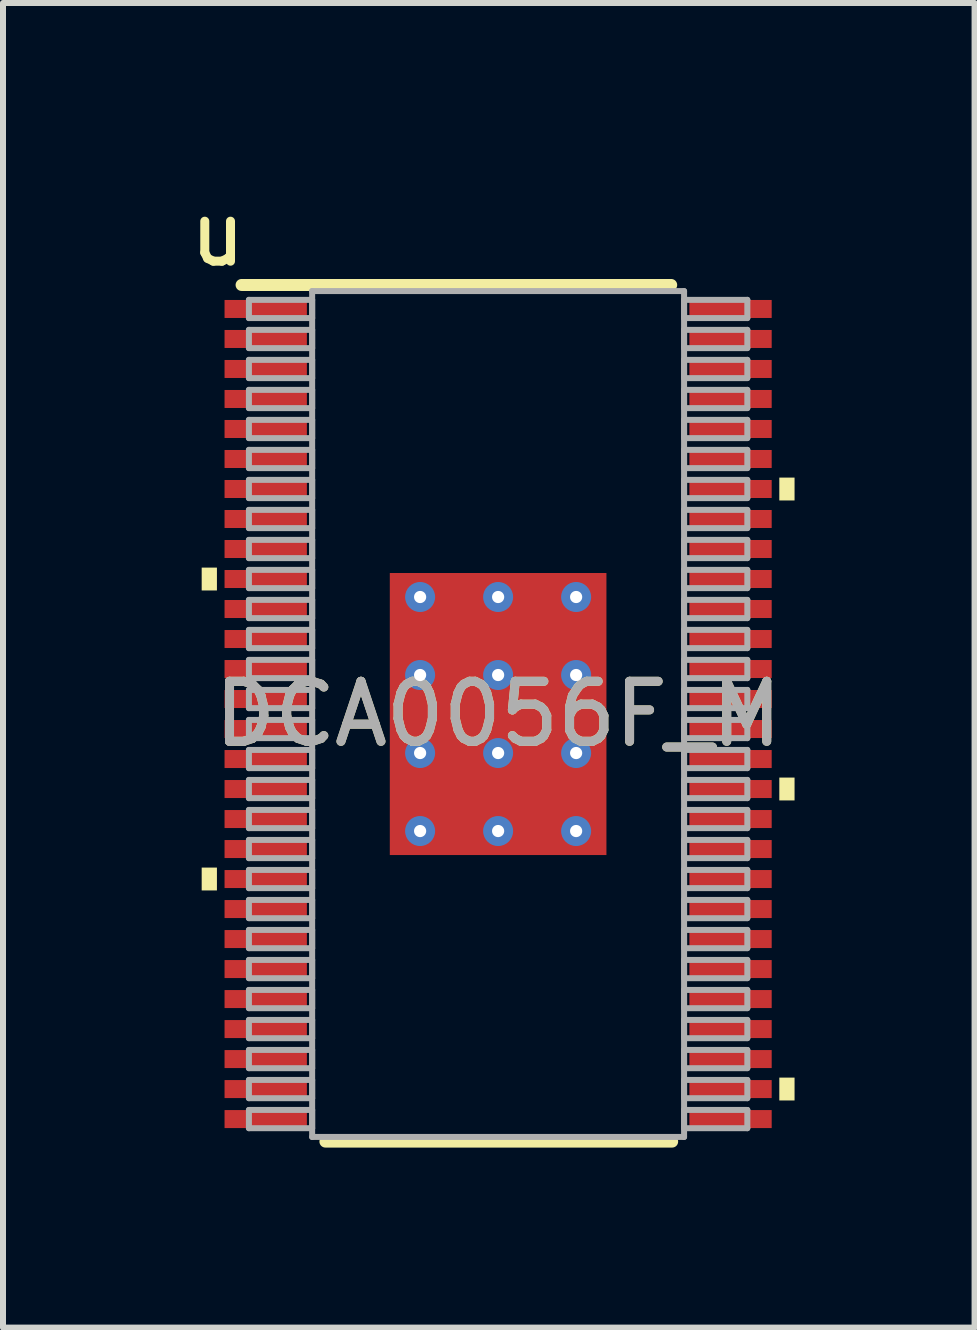
<source format=kicad_pcb>
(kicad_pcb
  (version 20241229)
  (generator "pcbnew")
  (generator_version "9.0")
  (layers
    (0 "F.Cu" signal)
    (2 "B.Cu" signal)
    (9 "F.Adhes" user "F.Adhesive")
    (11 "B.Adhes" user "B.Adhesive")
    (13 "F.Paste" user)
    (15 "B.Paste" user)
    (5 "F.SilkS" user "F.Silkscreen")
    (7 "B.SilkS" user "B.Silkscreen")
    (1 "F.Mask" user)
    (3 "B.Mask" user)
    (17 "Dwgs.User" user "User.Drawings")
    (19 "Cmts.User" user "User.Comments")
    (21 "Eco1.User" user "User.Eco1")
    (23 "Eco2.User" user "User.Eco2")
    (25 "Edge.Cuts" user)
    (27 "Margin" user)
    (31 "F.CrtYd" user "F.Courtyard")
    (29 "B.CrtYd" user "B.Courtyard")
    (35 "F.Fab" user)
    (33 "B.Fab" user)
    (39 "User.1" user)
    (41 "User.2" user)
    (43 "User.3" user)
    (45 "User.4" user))
  (footprint "DCA0056F_M"
    (layer "F.Cu")
    (at 5.251 8.849)
    (property "Reference" "DCA0056F_M" (at 0 0 0) (unlocked yes) (layer "F.SilkS") (effects (font (size 1 1) (thickness 0.15))))
    (attr smd)
    (fp_line (start -4.275 -7.15) (end -2.884 -7.15) (stroke (width 0.2) (type solid)) (layer "F.SilkS"))
    (fp_line (start -2.884 -7.15) (end -0.3 -7.15) (stroke (width 0.2) (type solid)) (layer "F.SilkS"))
    (fp_line (start -2.878 7.125) (end 2.9 7.125) (stroke (width 0.2) (type solid)) (layer "F.SilkS"))
    (fp_line (start -0.3 -7.15) (end 0.3 -7.15) (stroke (width 0.2) (type solid)) (layer "F.SilkS"))
    (fp_line (start 0.3 -7.15) (end 2.884 -7.15) (stroke (width 0.2) (type solid)) (layer "F.SilkS"))
    (fp_poly (pts (xy -4.686 -2.44) (xy -4.94 -2.44) (xy -4.94 -2.059) (xy -4.686 -2.059)) (stroke (width 0) (type solid)) (fill yes) (layer "F.SilkS"))
    (fp_poly (pts (xy -4.686 2.559) (xy -4.94 2.559) (xy -4.94 2.94) (xy -4.686 2.94)) (stroke (width 0) (type solid)) (fill yes) (layer "F.SilkS"))
    (fp_poly (pts (xy 4.686 -3.94) (xy 4.94 -3.94) (xy 4.94 -3.559) (xy 4.686 -3.559)) (stroke (width 0) (type solid)) (fill yes) (layer "F.SilkS"))
    (fp_poly (pts (xy 4.686 1.059) (xy 4.94 1.059) (xy 4.94 1.44) (xy 4.686 1.44)) (stroke (width 0) (type solid)) (fill yes) (layer "F.SilkS"))
    (fp_poly (pts (xy 4.686 6.059) (xy 4.94 6.059) (xy 4.94 6.44) (xy 4.686 6.44)) (stroke (width 0) (type solid)) (fill yes) (layer "F.SilkS"))
    (fp_line (start -4.153 -6.902) (end -3.099 -6.902) (stroke (width 0.1) (type solid)) (layer "F.Fab"))
    (fp_line (start -4.153 -6.598) (end -4.153 -6.902) (stroke (width 0.1) (type solid)) (layer "F.Fab"))
    (fp_line (start -4.153 -6.598) (end -3.099 -6.598) (stroke (width 0.1) (type solid)) (layer "F.Fab"))
    (fp_line (start -4.153 -6.402) (end -3.099 -6.402) (stroke (width 0.1) (type solid)) (layer "F.Fab"))
    (fp_line (start -4.153 -6.098) (end -4.153 -6.402) (stroke (width 0.1) (type solid)) (layer "F.Fab"))
    (fp_line (start -4.153 -6.098) (end -3.099 -6.098) (stroke (width 0.1) (type solid)) (layer "F.Fab"))
    (fp_line (start -4.153 -5.902) (end -3.099 -5.902) (stroke (width 0.1) (type solid)) (layer "F.Fab"))
    (fp_line (start -4.153 -5.598) (end -4.153 -5.902) (stroke (width 0.1) (type solid)) (layer "F.Fab"))
    (fp_line (start -4.153 -5.598) (end -3.099 -5.598) (stroke (width 0.1) (type solid)) (layer "F.Fab"))
    (fp_line (start -4.153 -5.402) (end -3.099 -5.402) (stroke (width 0.1) (type solid)) (layer "F.Fab"))
    (fp_line (start -4.153 -5.098) (end -4.153 -5.402) (stroke (width 0.1) (type solid)) (layer "F.Fab"))
    (fp_line (start -4.153 -5.098) (end -3.099 -5.098) (stroke (width 0.1) (type solid)) (layer "F.Fab"))
    (fp_line (start -4.153 -4.902) (end -3.099 -4.902) (stroke (width 0.1) (type solid)) (layer "F.Fab"))
    (fp_line (start -4.153 -4.598) (end -4.153 -4.902) (stroke (width 0.1) (type solid)) (layer "F.Fab"))
    (fp_line (start -4.153 -4.598) (end -3.099 -4.598) (stroke (width 0.1) (type solid)) (layer "F.Fab"))
    (fp_line (start -4.153 -4.402) (end -3.099 -4.402) (stroke (width 0.1) (type solid)) (layer "F.Fab"))
    (fp_line (start -4.153 -4.098) (end -4.153 -4.402) (stroke (width 0.1) (type solid)) (layer "F.Fab"))
    (fp_line (start -4.153 -4.098) (end -3.099 -4.098) (stroke (width 0.1) (type solid)) (layer "F.Fab"))
    (fp_line (start -4.153 -3.902) (end -3.099 -3.902) (stroke (width 0.1) (type solid)) (layer "F.Fab"))
    (fp_line (start -4.153 -3.598) (end -4.153 -3.902) (stroke (width 0.1) (type solid)) (layer "F.Fab"))
    (fp_line (start -4.153 -3.598) (end -3.099 -3.598) (stroke (width 0.1) (type solid)) (layer "F.Fab"))
    (fp_line (start -4.153 -3.402) (end -3.099 -3.402) (stroke (width 0.1) (type solid)) (layer "F.Fab"))
    (fp_line (start -4.153 -3.098) (end -4.153 -3.402) (stroke (width 0.1) (type solid)) (layer "F.Fab"))
    (fp_line (start -4.153 -3.098) (end -3.099 -3.098) (stroke (width 0.1) (type solid)) (layer "F.Fab"))
    (fp_line (start -4.153 -2.902) (end -3.099 -2.902) (stroke (width 0.1) (type solid)) (layer "F.Fab"))
    (fp_line (start -4.153 -2.598) (end -4.153 -2.902) (stroke (width 0.1) (type solid)) (layer "F.Fab"))
    (fp_line (start -4.153 -2.598) (end -3.099 -2.598) (stroke (width 0.1) (type solid)) (layer "F.Fab"))
    (fp_line (start -4.153 -2.402) (end -3.099 -2.402) (stroke (width 0.1) (type solid)) (layer "F.Fab"))
    (fp_line (start -4.153 -2.098) (end -4.153 -2.402) (stroke (width 0.1) (type solid)) (layer "F.Fab"))
    (fp_line (start -4.153 -2.098) (end -3.099 -2.098) (stroke (width 0.1) (type solid)) (layer "F.Fab"))
    (fp_line (start -4.153 -1.902) (end -3.099 -1.902) (stroke (width 0.1) (type solid)) (layer "F.Fab"))
    (fp_line (start -4.153 -1.598) (end -4.153 -1.902) (stroke (width 0.1) (type solid)) (layer "F.Fab"))
    (fp_line (start -4.153 -1.598) (end -3.099 -1.598) (stroke (width 0.1) (type solid)) (layer "F.Fab"))
    (fp_line (start -4.153 -1.402) (end -3.099 -1.402) (stroke (width 0.1) (type solid)) (layer "F.Fab"))
    (fp_line (start -4.153 -1.098) (end -4.153 -1.402) (stroke (width 0.1) (type solid)) (layer "F.Fab"))
    (fp_line (start -4.153 -1.098) (end -3.099 -1.098) (stroke (width 0.1) (type solid)) (layer "F.Fab"))
    (fp_line (start -4.153 -0.902) (end -3.099 -0.902) (stroke (width 0.1) (type solid)) (layer "F.Fab"))
    (fp_line (start -4.153 -0.598) (end -4.153 -0.902) (stroke (width 0.1) (type solid)) (layer "F.Fab"))
    (fp_line (start -4.153 -0.598) (end -3.099 -0.598) (stroke (width 0.1) (type solid)) (layer "F.Fab"))
    (fp_line (start -4.153 -0.402) (end -3.099 -0.402) (stroke (width 0.1) (type solid)) (layer "F.Fab"))
    (fp_line (start -4.153 -0.098) (end -4.153 -0.402) (stroke (width 0.1) (type solid)) (layer "F.Fab"))
    (fp_line (start -4.153 -0.098) (end -3.099 -0.098) (stroke (width 0.1) (type solid)) (layer "F.Fab"))
    (fp_line (start -4.153 0.098) (end -3.099 0.098) (stroke (width 0.1) (type solid)) (layer "F.Fab"))
    (fp_line (start -4.153 0.402) (end -4.153 0.098) (stroke (width 0.1) (type solid)) (layer "F.Fab"))
    (fp_line (start -4.153 0.402) (end -3.099 0.402) (stroke (width 0.1) (type solid)) (layer "F.Fab"))
    (fp_line (start -4.153 0.598) (end -3.099 0.598) (stroke (width 0.1) (type solid)) (layer "F.Fab"))
    (fp_line (start -4.153 0.902) (end -4.153 0.598) (stroke (width 0.1) (type solid)) (layer "F.Fab"))
    (fp_line (start -4.153 0.902) (end -3.099 0.902) (stroke (width 0.1) (type solid)) (layer "F.Fab"))
    (fp_line (start -4.153 1.098) (end -3.099 1.098) (stroke (width 0.1) (type solid)) (layer "F.Fab"))
    (fp_line (start -4.153 1.402) (end -4.153 1.098) (stroke (width 0.1) (type solid)) (layer "F.Fab"))
    (fp_line (start -4.153 1.402) (end -3.099 1.402) (stroke (width 0.1) (type solid)) (layer "F.Fab"))
    (fp_line (start -4.153 1.598) (end -3.099 1.598) (stroke (width 0.1) (type solid)) (layer "F.Fab"))
    (fp_line (start -4.153 1.902) (end -4.153 1.598) (stroke (width 0.1) (type solid)) (layer "F.Fab"))
    (fp_line (start -4.153 1.902) (end -3.099 1.902) (stroke (width 0.1) (type solid)) (layer "F.Fab"))
    (fp_line (start -4.153 2.098) (end -3.099 2.098) (stroke (width 0.1) (type solid)) (layer "F.Fab"))
    (fp_line (start -4.153 2.402) (end -4.153 2.098) (stroke (width 0.1) (type solid)) (layer "F.Fab"))
    (fp_line (start -4.153 2.402) (end -3.099 2.402) (stroke (width 0.1) (type solid)) (layer "F.Fab"))
    (fp_line (start -4.153 2.598) (end -3.099 2.598) (stroke (width 0.1) (type solid)) (layer "F.Fab"))
    (fp_line (start -4.153 2.902) (end -4.153 2.598) (stroke (width 0.1) (type solid)) (layer "F.Fab"))
    (fp_line (start -4.153 2.902) (end -3.099 2.902) (stroke (width 0.1) (type solid)) (layer "F.Fab"))
    (fp_line (start -4.153 3.098) (end -3.099 3.098) (stroke (width 0.1) (type solid)) (layer "F.Fab"))
    (fp_line (start -4.153 3.402) (end -4.153 3.098) (stroke (width 0.1) (type solid)) (layer "F.Fab"))
    (fp_line (start -4.153 3.402) (end -3.099 3.402) (stroke (width 0.1) (type solid)) (layer "F.Fab"))
    (fp_line (start -4.153 3.598) (end -3.099 3.598) (stroke (width 0.1) (type solid)) (layer "F.Fab"))
    (fp_line (start -4.153 3.902) (end -4.153 3.598) (stroke (width 0.1) (type solid)) (layer "F.Fab"))
    (fp_line (start -4.153 3.902) (end -3.099 3.902) (stroke (width 0.1) (type solid)) (layer "F.Fab"))
    (fp_line (start -4.153 4.098) (end -3.099 4.098) (stroke (width 0.1) (type solid)) (layer "F.Fab"))
    (fp_line (start -4.153 4.402) (end -4.153 4.098) (stroke (width 0.1) (type solid)) (layer "F.Fab"))
    (fp_line (start -4.153 4.402) (end -3.099 4.402) (stroke (width 0.1) (type solid)) (layer "F.Fab"))
    (fp_line (start -4.153 4.598) (end -3.099 4.598) (stroke (width 0.1) (type solid)) (layer "F.Fab"))
    (fp_line (start -4.153 4.902) (end -4.153 4.598) (stroke (width 0.1) (type solid)) (layer "F.Fab"))
    (fp_line (start -4.153 4.902) (end -3.099 4.902) (stroke (width 0.1) (type solid)) (layer "F.Fab"))
    (fp_line (start -4.153 5.098) (end -3.099 5.098) (stroke (width 0.1) (type solid)) (layer "F.Fab"))
    (fp_line (start -4.153 5.402) (end -4.153 5.098) (stroke (width 0.1) (type solid)) (layer "F.Fab"))
    (fp_line (start -4.153 5.402) (end -3.099 5.402) (stroke (width 0.1) (type solid)) (layer "F.Fab"))
    (fp_line (start -4.153 5.598) (end -3.099 5.598) (stroke (width 0.1) (type solid)) (layer "F.Fab"))
    (fp_line (start -4.153 5.902) (end -4.153 5.598) (stroke (width 0.1) (type solid)) (layer "F.Fab"))
    (fp_line (start -4.153 5.902) (end -3.099 5.902) (stroke (width 0.1) (type solid)) (layer "F.Fab"))
    (fp_line (start -4.153 6.098) (end -3.099 6.098) (stroke (width 0.1) (type solid)) (layer "F.Fab"))
    (fp_line (start -4.153 6.402) (end -4.153 6.098) (stroke (width 0.1) (type solid)) (layer "F.Fab"))
    (fp_line (start -4.153 6.402) (end -3.099 6.402) (stroke (width 0.1) (type solid)) (layer "F.Fab"))
    (fp_line (start -4.153 6.598) (end -3.099 6.598) (stroke (width 0.1) (type solid)) (layer "F.Fab"))
    (fp_line (start -4.153 6.902) (end -4.153 6.598) (stroke (width 0.1) (type solid)) (layer "F.Fab"))
    (fp_line (start -4.153 6.902) (end -3.099 6.902) (stroke (width 0.1) (type solid)) (layer "F.Fab"))
    (fp_line (start -3.099 -7.048) (end 3.099 -7.048) (stroke (width 0.1) (type solid)) (layer "F.Fab"))
    (fp_line (start -3.099 -6.598) (end -3.099 -6.902) (stroke (width 0.1) (type solid)) (layer "F.Fab"))
    (fp_line (start -3.099 -6.098) (end -3.099 -6.402) (stroke (width 0.1) (type solid)) (layer "F.Fab"))
    (fp_line (start -3.099 -5.598) (end -3.099 -5.902) (stroke (width 0.1) (type solid)) (layer "F.Fab"))
    (fp_line (start -3.099 -5.098) (end -3.099 -5.402) (stroke (width 0.1) (type solid)) (layer "F.Fab"))
    (fp_line (start -3.099 -4.598) (end -3.099 -4.902) (stroke (width 0.1) (type solid)) (layer "F.Fab"))
    (fp_line (start -3.099 -4.098) (end -3.099 -4.402) (stroke (width 0.1) (type solid)) (layer "F.Fab"))
    (fp_line (start -3.099 -3.598) (end -3.099 -3.902) (stroke (width 0.1) (type solid)) (layer "F.Fab"))
    (fp_line (start -3.099 -3.098) (end -3.099 -3.402) (stroke (width 0.1) (type solid)) (layer "F.Fab"))
    (fp_line (start -3.099 -2.598) (end -3.099 -2.902) (stroke (width 0.1) (type solid)) (layer "F.Fab"))
    (fp_line (start -3.099 -2.098) (end -3.099 -2.402) (stroke (width 0.1) (type solid)) (layer "F.Fab"))
    (fp_line (start -3.099 -1.598) (end -3.099 -1.902) (stroke (width 0.1) (type solid)) (layer "F.Fab"))
    (fp_line (start -3.099 -1.098) (end -3.099 -1.402) (stroke (width 0.1) (type solid)) (layer "F.Fab"))
    (fp_line (start -3.099 -0.598) (end -3.099 -0.902) (stroke (width 0.1) (type solid)) (layer "F.Fab"))
    (fp_line (start -3.099 -0.098) (end -3.099 -0.402) (stroke (width 0.1) (type solid)) (layer "F.Fab"))
    (fp_line (start -3.099 0.402) (end -3.099 0.098) (stroke (width 0.1) (type solid)) (layer "F.Fab"))
    (fp_line (start -3.099 0.902) (end -3.099 0.598) (stroke (width 0.1) (type solid)) (layer "F.Fab"))
    (fp_line (start -3.099 1.402) (end -3.099 1.098) (stroke (width 0.1) (type solid)) (layer "F.Fab"))
    (fp_line (start -3.099 1.902) (end -3.099 1.598) (stroke (width 0.1) (type solid)) (layer "F.Fab"))
    (fp_line (start -3.099 2.402) (end -3.099 2.098) (stroke (width 0.1) (type solid)) (layer "F.Fab"))
    (fp_line (start -3.099 2.902) (end -3.099 2.598) (stroke (width 0.1) (type solid)) (layer "F.Fab"))
    (fp_line (start -3.099 3.402) (end -3.099 3.098) (stroke (width 0.1) (type solid)) (layer "F.Fab"))
    (fp_line (start -3.099 3.902) (end -3.099 3.598) (stroke (width 0.1) (type solid)) (layer "F.Fab"))
    (fp_line (start -3.099 4.402) (end -3.099 4.098) (stroke (width 0.1) (type solid)) (layer "F.Fab"))
    (fp_line (start -3.099 4.902) (end -3.099 4.598) (stroke (width 0.1) (type solid)) (layer "F.Fab"))
    (fp_line (start -3.099 5.402) (end -3.099 5.098) (stroke (width 0.1) (type solid)) (layer "F.Fab"))
    (fp_line (start -3.099 5.902) (end -3.099 5.598) (stroke (width 0.1) (type solid)) (layer "F.Fab"))
    (fp_line (start -3.099 6.402) (end -3.099 6.098) (stroke (width 0.1) (type solid)) (layer "F.Fab"))
    (fp_line (start -3.099 6.902) (end -3.099 6.598) (stroke (width 0.1) (type solid)) (layer "F.Fab"))
    (fp_line (start -3.099 7.048) (end -3.099 -7.048) (stroke (width 0.1) (type solid)) (layer "F.Fab"))
    (fp_line (start -3.099 7.048) (end 3.099 7.048) (stroke (width 0.1) (type solid)) (layer "F.Fab"))
    (fp_line (start 3.099 -6.902) (end 4.153 -6.902) (stroke (width 0.1) (type solid)) (layer "F.Fab"))
    (fp_line (start 3.099 -6.598) (end 3.099 -6.902) (stroke (width 0.1) (type solid)) (layer "F.Fab"))
    (fp_line (start 3.099 -6.598) (end 4.153 -6.598) (stroke (width 0.1) (type solid)) (layer "F.Fab"))
    (fp_line (start 3.099 -6.402) (end 4.153 -6.402) (stroke (width 0.1) (type solid)) (layer "F.Fab"))
    (fp_line (start 3.099 -6.098) (end 3.099 -6.402) (stroke (width 0.1) (type solid)) (layer "F.Fab"))
    (fp_line (start 3.099 -6.098) (end 4.153 -6.098) (stroke (width 0.1) (type solid)) (layer "F.Fab"))
    (fp_line (start 3.099 -5.902) (end 4.153 -5.902) (stroke (width 0.1) (type solid)) (layer "F.Fab"))
    (fp_line (start 3.099 -5.598) (end 3.099 -5.902) (stroke (width 0.1) (type solid)) (layer "F.Fab"))
    (fp_line (start 3.099 -5.598) (end 4.153 -5.598) (stroke (width 0.1) (type solid)) (layer "F.Fab"))
    (fp_line (start 3.099 -5.402) (end 4.153 -5.402) (stroke (width 0.1) (type solid)) (layer "F.Fab"))
    (fp_line (start 3.099 -5.098) (end 3.099 -5.402) (stroke (width 0.1) (type solid)) (layer "F.Fab"))
    (fp_line (start 3.099 -5.098) (end 4.153 -5.098) (stroke (width 0.1) (type solid)) (layer "F.Fab"))
    (fp_line (start 3.099 -4.902) (end 4.153 -4.902) (stroke (width 0.1) (type solid)) (layer "F.Fab"))
    (fp_line (start 3.099 -4.598) (end 3.099 -4.902) (stroke (width 0.1) (type solid)) (layer "F.Fab"))
    (fp_line (start 3.099 -4.598) (end 4.153 -4.598) (stroke (width 0.1) (type solid)) (layer "F.Fab"))
    (fp_line (start 3.099 -4.402) (end 4.153 -4.402) (stroke (width 0.1) (type solid)) (layer "F.Fab"))
    (fp_line (start 3.099 -4.098) (end 3.099 -4.402) (stroke (width 0.1) (type solid)) (layer "F.Fab"))
    (fp_line (start 3.099 -4.098) (end 4.153 -4.098) (stroke (width 0.1) (type solid)) (layer "F.Fab"))
    (fp_line (start 3.099 -3.902) (end 4.153 -3.902) (stroke (width 0.1) (type solid)) (layer "F.Fab"))
    (fp_line (start 3.099 -3.598) (end 3.099 -3.902) (stroke (width 0.1) (type solid)) (layer "F.Fab"))
    (fp_line (start 3.099 -3.598) (end 4.153 -3.598) (stroke (width 0.1) (type solid)) (layer "F.Fab"))
    (fp_line (start 3.099 -3.402) (end 4.153 -3.402) (stroke (width 0.1) (type solid)) (layer "F.Fab"))
    (fp_line (start 3.099 -3.098) (end 3.099 -3.402) (stroke (width 0.1) (type solid)) (layer "F.Fab"))
    (fp_line (start 3.099 -3.098) (end 4.153 -3.098) (stroke (width 0.1) (type solid)) (layer "F.Fab"))
    (fp_line (start 3.099 -2.902) (end 4.153 -2.902) (stroke (width 0.1) (type solid)) (layer "F.Fab"))
    (fp_line (start 3.099 -2.598) (end 3.099 -2.902) (stroke (width 0.1) (type solid)) (layer "F.Fab"))
    (fp_line (start 3.099 -2.598) (end 4.153 -2.598) (stroke (width 0.1) (type solid)) (layer "F.Fab"))
    (fp_line (start 3.099 -2.402) (end 4.153 -2.402) (stroke (width 0.1) (type solid)) (layer "F.Fab"))
    (fp_line (start 3.099 -2.098) (end 3.099 -2.402) (stroke (width 0.1) (type solid)) (layer "F.Fab"))
    (fp_line (start 3.099 -2.098) (end 4.153 -2.098) (stroke (width 0.1) (type solid)) (layer "F.Fab"))
    (fp_line (start 3.099 -1.902) (end 4.153 -1.902) (stroke (width 0.1) (type solid)) (layer "F.Fab"))
    (fp_line (start 3.099 -1.598) (end 3.099 -1.902) (stroke (width 0.1) (type solid)) (layer "F.Fab"))
    (fp_line (start 3.099 -1.598) (end 4.153 -1.598) (stroke (width 0.1) (type solid)) (layer "F.Fab"))
    (fp_line (start 3.099 -1.402) (end 4.153 -1.402) (stroke (width 0.1) (type solid)) (layer "F.Fab"))
    (fp_line (start 3.099 -1.098) (end 3.099 -1.402) (stroke (width 0.1) (type solid)) (layer "F.Fab"))
    (fp_line (start 3.099 -1.098) (end 4.153 -1.098) (stroke (width 0.1) (type solid)) (layer "F.Fab"))
    (fp_line (start 3.099 -0.902) (end 4.153 -0.902) (stroke (width 0.1) (type solid)) (layer "F.Fab"))
    (fp_line (start 3.099 -0.598) (end 3.099 -0.902) (stroke (width 0.1) (type solid)) (layer "F.Fab"))
    (fp_line (start 3.099 -0.598) (end 4.153 -0.598) (stroke (width 0.1) (type solid)) (layer "F.Fab"))
    (fp_line (start 3.099 -0.402) (end 4.153 -0.402) (stroke (width 0.1) (type solid)) (layer "F.Fab"))
    (fp_line (start 3.099 -0.098) (end 3.099 -0.402) (stroke (width 0.1) (type solid)) (layer "F.Fab"))
    (fp_line (start 3.099 -0.098) (end 4.153 -0.098) (stroke (width 0.1) (type solid)) (layer "F.Fab"))
    (fp_line (start 3.099 0.098) (end 4.153 0.098) (stroke (width 0.1) (type solid)) (layer "F.Fab"))
    (fp_line (start 3.099 0.402) (end 3.099 0.098) (stroke (width 0.1) (type solid)) (layer "F.Fab"))
    (fp_line (start 3.099 0.402) (end 4.153 0.402) (stroke (width 0.1) (type solid)) (layer "F.Fab"))
    (fp_line (start 3.099 0.598) (end 4.153 0.598) (stroke (width 0.1) (type solid)) (layer "F.Fab"))
    (fp_line (start 3.099 0.902) (end 3.099 0.598) (stroke (width 0.1) (type solid)) (layer "F.Fab"))
    (fp_line (start 3.099 0.902) (end 4.153 0.902) (stroke (width 0.1) (type solid)) (layer "F.Fab"))
    (fp_line (start 3.099 1.098) (end 4.153 1.098) (stroke (width 0.1) (type solid)) (layer "F.Fab"))
    (fp_line (start 3.099 1.402) (end 3.099 1.098) (stroke (width 0.1) (type solid)) (layer "F.Fab"))
    (fp_line (start 3.099 1.402) (end 4.153 1.402) (stroke (width 0.1) (type solid)) (layer "F.Fab"))
    (fp_line (start 3.099 1.598) (end 4.153 1.598) (stroke (width 0.1) (type solid)) (layer "F.Fab"))
    (fp_line (start 3.099 1.902) (end 3.099 1.598) (stroke (width 0.1) (type solid)) (layer "F.Fab"))
    (fp_line (start 3.099 1.902) (end 4.153 1.902) (stroke (width 0.1) (type solid)) (layer "F.Fab"))
    (fp_line (start 3.099 2.098) (end 4.153 2.098) (stroke (width 0.1) (type solid)) (layer "F.Fab"))
    (fp_line (start 3.099 2.402) (end 3.099 2.098) (stroke (width 0.1) (type solid)) (layer "F.Fab"))
    (fp_line (start 3.099 2.402) (end 4.153 2.402) (stroke (width 0.1) (type solid)) (layer "F.Fab"))
    (fp_line (start 3.099 2.598) (end 4.153 2.598) (stroke (width 0.1) (type solid)) (layer "F.Fab"))
    (fp_line (start 3.099 2.902) (end 3.099 2.598) (stroke (width 0.1) (type solid)) (layer "F.Fab"))
    (fp_line (start 3.099 2.902) (end 4.153 2.902) (stroke (width 0.1) (type solid)) (layer "F.Fab"))
    (fp_line (start 3.099 3.098) (end 4.153 3.098) (stroke (width 0.1) (type solid)) (layer "F.Fab"))
    (fp_line (start 3.099 3.402) (end 3.099 3.098) (stroke (width 0.1) (type solid)) (layer "F.Fab"))
    (fp_line (start 3.099 3.402) (end 4.153 3.402) (stroke (width 0.1) (type solid)) (layer "F.Fab"))
    (fp_line (start 3.099 3.598) (end 4.153 3.598) (stroke (width 0.1) (type solid)) (layer "F.Fab"))
    (fp_line (start 3.099 3.902) (end 3.099 3.598) (stroke (width 0.1) (type solid)) (layer "F.Fab"))
    (fp_line (start 3.099 3.902) (end 4.153 3.902) (stroke (width 0.1) (type solid)) (layer "F.Fab"))
    (fp_line (start 3.099 4.098) (end 4.153 4.098) (stroke (width 0.1) (type solid)) (layer "F.Fab"))
    (fp_line (start 3.099 4.402) (end 3.099 4.098) (stroke (width 0.1) (type solid)) (layer "F.Fab"))
    (fp_line (start 3.099 4.402) (end 4.153 4.402) (stroke (width 0.1) (type solid)) (layer "F.Fab"))
    (fp_line (start 3.099 4.598) (end 4.153 4.598) (stroke (width 0.1) (type solid)) (layer "F.Fab"))
    (fp_line (start 3.099 4.902) (end 3.099 4.598) (stroke (width 0.1) (type solid)) (layer "F.Fab"))
    (fp_line (start 3.099 4.902) (end 4.153 4.902) (stroke (width 0.1) (type solid)) (layer "F.Fab"))
    (fp_line (start 3.099 5.098) (end 4.153 5.098) (stroke (width 0.1) (type solid)) (layer "F.Fab"))
    (fp_line (start 3.099 5.402) (end 3.099 5.098) (stroke (width 0.1) (type solid)) (layer "F.Fab"))
    (fp_line (start 3.099 5.402) (end 4.153 5.402) (stroke (width 0.1) (type solid)) (layer "F.Fab"))
    (fp_line (start 3.099 5.598) (end 4.153 5.598) (stroke (width 0.1) (type solid)) (layer "F.Fab"))
    (fp_line (start 3.099 5.902) (end 3.099 5.598) (stroke (width 0.1) (type solid)) (layer "F.Fab"))
    (fp_line (start 3.099 5.902) (end 4.153 5.902) (stroke (width 0.1) (type solid)) (layer "F.Fab"))
    (fp_line (start 3.099 6.098) (end 4.153 6.098) (stroke (width 0.1) (type solid)) (layer "F.Fab"))
    (fp_line (start 3.099 6.402) (end 3.099 6.098) (stroke (width 0.1) (type solid)) (layer "F.Fab"))
    (fp_line (start 3.099 6.402) (end 4.153 6.402) (stroke (width 0.1) (type solid)) (layer "F.Fab"))
    (fp_line (start 3.099 6.598) (end 4.153 6.598) (stroke (width 0.1) (type solid)) (layer "F.Fab"))
    (fp_line (start 3.099 6.902) (end 3.099 6.598) (stroke (width 0.1) (type solid)) (layer "F.Fab"))
    (fp_line (start 3.099 6.902) (end 4.153 6.902) (stroke (width 0.1) (type solid)) (layer "F.Fab"))
    (fp_line (start 3.099 7.048) (end 3.099 -7.048) (stroke (width 0.1) (type solid)) (layer "F.Fab"))
    (fp_line (start 4.153 -6.598) (end 4.153 -6.902) (stroke (width 0.1) (type solid)) (layer "F.Fab"))
    (fp_line (start 4.153 -6.098) (end 4.153 -6.402) (stroke (width 0.1) (type solid)) (layer "F.Fab"))
    (fp_line (start 4.153 -5.598) (end 4.153 -5.902) (stroke (width 0.1) (type solid)) (layer "F.Fab"))
    (fp_line (start 4.153 -5.098) (end 4.153 -5.402) (stroke (width 0.1) (type solid)) (layer "F.Fab"))
    (fp_line (start 4.153 -4.598) (end 4.153 -4.902) (stroke (width 0.1) (type solid)) (layer "F.Fab"))
    (fp_line (start 4.153 -4.098) (end 4.153 -4.402) (stroke (width 0.1) (type solid)) (layer "F.Fab"))
    (fp_line (start 4.153 -3.598) (end 4.153 -3.902) (stroke (width 0.1) (type solid)) (layer "F.Fab"))
    (fp_line (start 4.153 -3.098) (end 4.153 -3.402) (stroke (width 0.1) (type solid)) (layer "F.Fab"))
    (fp_line (start 4.153 -2.598) (end 4.153 -2.902) (stroke (width 0.1) (type solid)) (layer "F.Fab"))
    (fp_line (start 4.153 -2.098) (end 4.153 -2.402) (stroke (width 0.1) (type solid)) (layer "F.Fab"))
    (fp_line (start 4.153 -1.598) (end 4.153 -1.902) (stroke (width 0.1) (type solid)) (layer "F.Fab"))
    (fp_line (start 4.153 -1.098) (end 4.153 -1.402) (stroke (width 0.1) (type solid)) (layer "F.Fab"))
    (fp_line (start 4.153 -0.598) (end 4.153 -0.902) (stroke (width 0.1) (type solid)) (layer "F.Fab"))
    (fp_line (start 4.153 -0.098) (end 4.153 -0.402) (stroke (width 0.1) (type solid)) (layer "F.Fab"))
    (fp_line (start 4.153 0.402) (end 4.153 0.098) (stroke (width 0.1) (type solid)) (layer "F.Fab"))
    (fp_line (start 4.153 0.902) (end 4.153 0.598) (stroke (width 0.1) (type solid)) (layer "F.Fab"))
    (fp_line (start 4.153 1.402) (end 4.153 1.098) (stroke (width 0.1) (type solid)) (layer "F.Fab"))
    (fp_line (start 4.153 1.902) (end 4.153 1.598) (stroke (width 0.1) (type solid)) (layer "F.Fab"))
    (fp_line (start 4.153 2.402) (end 4.153 2.098) (stroke (width 0.1) (type solid)) (layer "F.Fab"))
    (fp_line (start 4.153 2.902) (end 4.153 2.598) (stroke (width 0.1) (type solid)) (layer "F.Fab"))
    (fp_line (start 4.153 3.402) (end 4.153 3.098) (stroke (width 0.1) (type solid)) (layer "F.Fab"))
    (fp_line (start 4.153 3.902) (end 4.153 3.598) (stroke (width 0.1) (type solid)) (layer "F.Fab"))
    (fp_line (start 4.153 4.402) (end 4.153 4.098) (stroke (width 0.1) (type solid)) (layer "F.Fab"))
    (fp_line (start 4.153 4.902) (end 4.153 4.598) (stroke (width 0.1) (type solid)) (layer "F.Fab"))
    (fp_line (start 4.153 5.402) (end 4.153 5.098) (stroke (width 0.1) (type solid)) (layer "F.Fab"))
    (fp_line (start 4.153 5.902) (end 4.153 5.598) (stroke (width 0.1) (type solid)) (layer "F.Fab"))
    (fp_line (start 4.153 6.402) (end 4.153 6.098) (stroke (width 0.1) (type solid)) (layer "F.Fab"))
    (fp_line (start 4.153 6.902) (end 4.153 6.598) (stroke (width 0.1) (type solid)) (layer "F.Fab"))
    (fp_text user "u" (at -4.674 -8.001 0) (unlocked yes) (layer "F.SilkS") (effects (font (size 1 1) (thickness 0.15))))
    (fp_text user "${REFERENCE}" (at 0 0 0) (unlocked yes) (layer "F.Fab") (effects (font (size 1 1) (thickness 0.15))))
    (pad "1" smd rect (at -3.873 -6.75) (size 1.372 0.3) (layers "F.Cu" "F.Mask" "F.Paste"))
    (pad "2" smd rect (at -3.873 -6.25) (size 1.372 0.3) (layers "F.Cu" "F.Mask" "F.Paste"))
    (pad "3" smd rect (at -3.873 -5.75) (size 1.372 0.3) (layers "F.Cu" "F.Mask" "F.Paste"))
    (pad "4" smd rect (at -3.873 -5.25) (size 1.372 0.3) (layers "F.Cu" "F.Mask" "F.Paste"))
    (pad "5" smd rect (at -3.873 -4.75) (size 1.372 0.3) (layers "F.Cu" "F.Mask" "F.Paste"))
    (pad "6" smd rect (at -3.873 -4.25) (size 1.372 0.3) (layers "F.Cu" "F.Mask" "F.Paste"))
    (pad "7" smd rect (at -3.873 -3.75) (size 1.372 0.3) (layers "F.Cu" "F.Mask" "F.Paste"))
    (pad "8" smd rect (at -3.873 -3.25) (size 1.372 0.3) (layers "F.Cu" "F.Mask" "F.Paste"))
    (pad "9" smd rect (at -3.873 -2.75) (size 1.372 0.3) (layers "F.Cu" "F.Mask" "F.Paste"))
    (pad "10" smd rect (at -3.873 -2.25) (size 1.372 0.3) (layers "F.Cu" "F.Mask" "F.Paste"))
    (pad "11" smd rect (at -3.873 -1.75) (size 1.372 0.3) (layers "F.Cu" "F.Mask" "F.Paste"))
    (pad "12" smd rect (at -3.873 -1.25) (size 1.372 0.3) (layers "F.Cu" "F.Mask" "F.Paste"))
    (pad "13" smd rect (at -3.873 -0.75) (size 1.372 0.3) (layers "F.Cu" "F.Mask" "F.Paste"))
    (pad "14" smd rect (at -3.873 -0.25) (size 1.372 0.3) (layers "F.Cu" "F.Mask" "F.Paste"))
    (pad "15" smd rect (at -3.873 0.25) (size 1.372 0.3) (layers "F.Cu" "F.Mask" "F.Paste"))
    (pad "16" smd rect (at -3.873 0.75) (size 1.372 0.3) (layers "F.Cu" "F.Mask" "F.Paste"))
    (pad "17" smd rect (at -3.873 1.25) (size 1.372 0.3) (layers "F.Cu" "F.Mask" "F.Paste"))
    (pad "18" smd rect (at -3.873 1.75) (size 1.372 0.3) (layers "F.Cu" "F.Mask" "F.Paste"))
    (pad "19" smd rect (at -3.873 2.25) (size 1.372 0.3) (layers "F.Cu" "F.Mask" "F.Paste"))
    (pad "20" smd rect (at -3.873 2.75) (size 1.372 0.3) (layers "F.Cu" "F.Mask" "F.Paste"))
    (pad "21" smd rect (at -3.873 3.25) (size 1.372 0.3) (layers "F.Cu" "F.Mask" "F.Paste"))
    (pad "22" smd rect (at -3.873 3.75) (size 1.372 0.3) (layers "F.Cu" "F.Mask" "F.Paste"))
    (pad "23" smd rect (at -3.873 4.25) (size 1.372 0.3) (layers "F.Cu" "F.Mask" "F.Paste"))
    (pad "24" smd rect (at -3.873 4.75) (size 1.372 0.3) (layers "F.Cu" "F.Mask" "F.Paste"))
    (pad "25" smd rect (at -3.873 5.25) (size 1.372 0.3) (layers "F.Cu" "F.Mask" "F.Paste"))
    (pad "26" smd rect (at -3.873 5.75) (size 1.372 0.3) (layers "F.Cu" "F.Mask" "F.Paste"))
    (pad "27" smd rect (at -3.873 6.25) (size 1.372 0.3) (layers "F.Cu" "F.Mask" "F.Paste"))
    (pad "28" smd rect (at -3.873 6.75) (size 1.372 0.3) (layers "F.Cu" "F.Mask" "F.Paste"))
    (pad "29" smd rect (at 3.873 6.75) (size 1.372 0.3) (layers "F.Cu" "F.Mask" "F.Paste"))
    (pad "30" smd rect (at 3.873 6.25) (size 1.372 0.3) (layers "F.Cu" "F.Mask" "F.Paste"))
    (pad "31" smd rect (at 3.873 5.75) (size 1.372 0.3) (layers "F.Cu" "F.Mask" "F.Paste"))
    (pad "32" smd rect (at 3.873 5.25) (size 1.372 0.3) (layers "F.Cu" "F.Mask" "F.Paste"))
    (pad "33" smd rect (at 3.873 4.75) (size 1.372 0.3) (layers "F.Cu" "F.Mask" "F.Paste"))
    (pad "34" smd rect (at 3.873 4.25) (size 1.372 0.3) (layers "F.Cu" "F.Mask" "F.Paste"))
    (pad "35" smd rect (at 3.873 3.75) (size 1.372 0.3) (layers "F.Cu" "F.Mask" "F.Paste"))
    (pad "36" smd rect (at 3.873 3.25) (size 1.372 0.3) (layers "F.Cu" "F.Mask" "F.Paste"))
    (pad "37" smd rect (at 3.873 2.75) (size 1.372 0.3) (layers "F.Cu" "F.Mask" "F.Paste"))
    (pad "38" smd rect (at 3.873 2.25) (size 1.372 0.3) (layers "F.Cu" "F.Mask" "F.Paste"))
    (pad "39" smd rect (at 3.873 1.75) (size 1.372 0.3) (layers "F.Cu" "F.Mask" "F.Paste"))
    (pad "40" smd rect (at 3.873 1.25) (size 1.372 0.3) (layers "F.Cu" "F.Mask" "F.Paste"))
    (pad "41" smd rect (at 3.873 0.75) (size 1.372 0.3) (layers "F.Cu" "F.Mask" "F.Paste"))
    (pad "42" smd rect (at 3.873 0.25) (size 1.372 0.3) (layers "F.Cu" "F.Mask" "F.Paste"))
    (pad "43" smd rect (at 3.873 -0.25) (size 1.372 0.3) (layers "F.Cu" "F.Mask" "F.Paste"))
    (pad "44" smd rect (at 3.873 -0.75) (size 1.372 0.3) (layers "F.Cu" "F.Mask" "F.Paste"))
    (pad "45" smd rect (at 3.873 -1.25) (size 1.372 0.3) (layers "F.Cu" "F.Mask" "F.Paste"))
    (pad "46" smd rect (at 3.873 -1.75) (size 1.372 0.3) (layers "F.Cu" "F.Mask" "F.Paste"))
    (pad "47" smd rect (at 3.873 -2.25) (size 1.372 0.3) (layers "F.Cu" "F.Mask" "F.Paste"))
    (pad "48" smd rect (at 3.873 -2.75) (size 1.372 0.3) (layers "F.Cu" "F.Mask" "F.Paste"))
    (pad "49" smd rect (at 3.873 -3.25) (size 1.372 0.3) (layers "F.Cu" "F.Mask" "F.Paste"))
    (pad "50" smd rect (at 3.873 -3.75) (size 1.372 0.3) (layers "F.Cu" "F.Mask" "F.Paste"))
    (pad "51" smd rect (at 3.873 -4.25) (size 1.372 0.3) (layers "F.Cu" "F.Mask" "F.Paste"))
    (pad "52" smd rect (at 3.873 -4.75) (size 1.372 0.3) (layers "F.Cu" "F.Mask" "F.Paste"))
    (pad "53" smd rect (at 3.873 -5.25) (size 1.372 0.3) (layers "F.Cu" "F.Mask" "F.Paste"))
    (pad "54" smd rect (at 3.873 -5.75) (size 1.372 0.3) (layers "F.Cu" "F.Mask" "F.Paste"))
    (pad "55" smd rect (at 3.873 -6.25) (size 1.372 0.3) (layers "F.Cu" "F.Mask" "F.Paste"))
    (pad "56" smd rect (at 3.873 -6.75) (size 1.372 0.3) (layers "F.Cu" "F.Mask" "F.Paste"))
    (pad "57" smd rect (at 0 0) (size 3.61 4.7) (layers "F.Cu" "F.Mask" "F.Paste"))
    (pad "V" thru_hole circle (at -1.3 -1.95) (size 0.5 0.5) (drill 0.203) (layers "*.Cu" "*.Mask"))
    (pad "V" thru_hole circle (at -1.3 -0.65) (size 0.5 0.5) (drill 0.203) (layers "*.Cu" "*.Mask"))
    (pad "V" thru_hole circle (at -1.3 0.65) (size 0.5 0.5) (drill 0.203) (layers "*.Cu" "*.Mask"))
    (pad "V" thru_hole circle (at -1.3 1.95) (size 0.5 0.5) (drill 0.203) (layers "*.Cu" "*.Mask"))
    (pad "V" thru_hole circle (at 0 -1.95) (size 0.5 0.5) (drill 0.203) (layers "*.Cu" "*.Mask"))
    (pad "V" thru_hole circle (at 0 -0.65) (size 0.5 0.5) (drill 0.203) (layers "*.Cu" "*.Mask"))
    (pad "V" thru_hole circle (at 0 0.65) (size 0.5 0.5) (drill 0.203) (layers "*.Cu" "*.Mask"))
    (pad "V" thru_hole circle (at 0 1.95) (size 0.5 0.5) (drill 0.203) (layers "*.Cu" "*.Mask"))
    (pad "V" thru_hole circle (at 1.3 -1.95) (size 0.5 0.5) (drill 0.203) (layers "*.Cu" "*.Mask"))
    (pad "V" thru_hole circle (at 1.3 -0.65) (size 0.5 0.5) (drill 0.203) (layers "*.Cu" "*.Mask"))
    (pad "V" thru_hole circle (at 1.3 0.65) (size 0.5 0.5) (drill 0.203) (layers "*.Cu" "*.Mask"))
    (pad "V" thru_hole circle (at 1.3 1.95) (size 0.5 0.5) (drill 0.203) (layers "*.Cu" "*.Mask")))
  (gr_rect
    (start -3 -3)
    (end 13.191 19.074)
    (stroke (width 0.1) (type default))
    (fill no)
    (layer "Edge.Cuts")))
</source>
